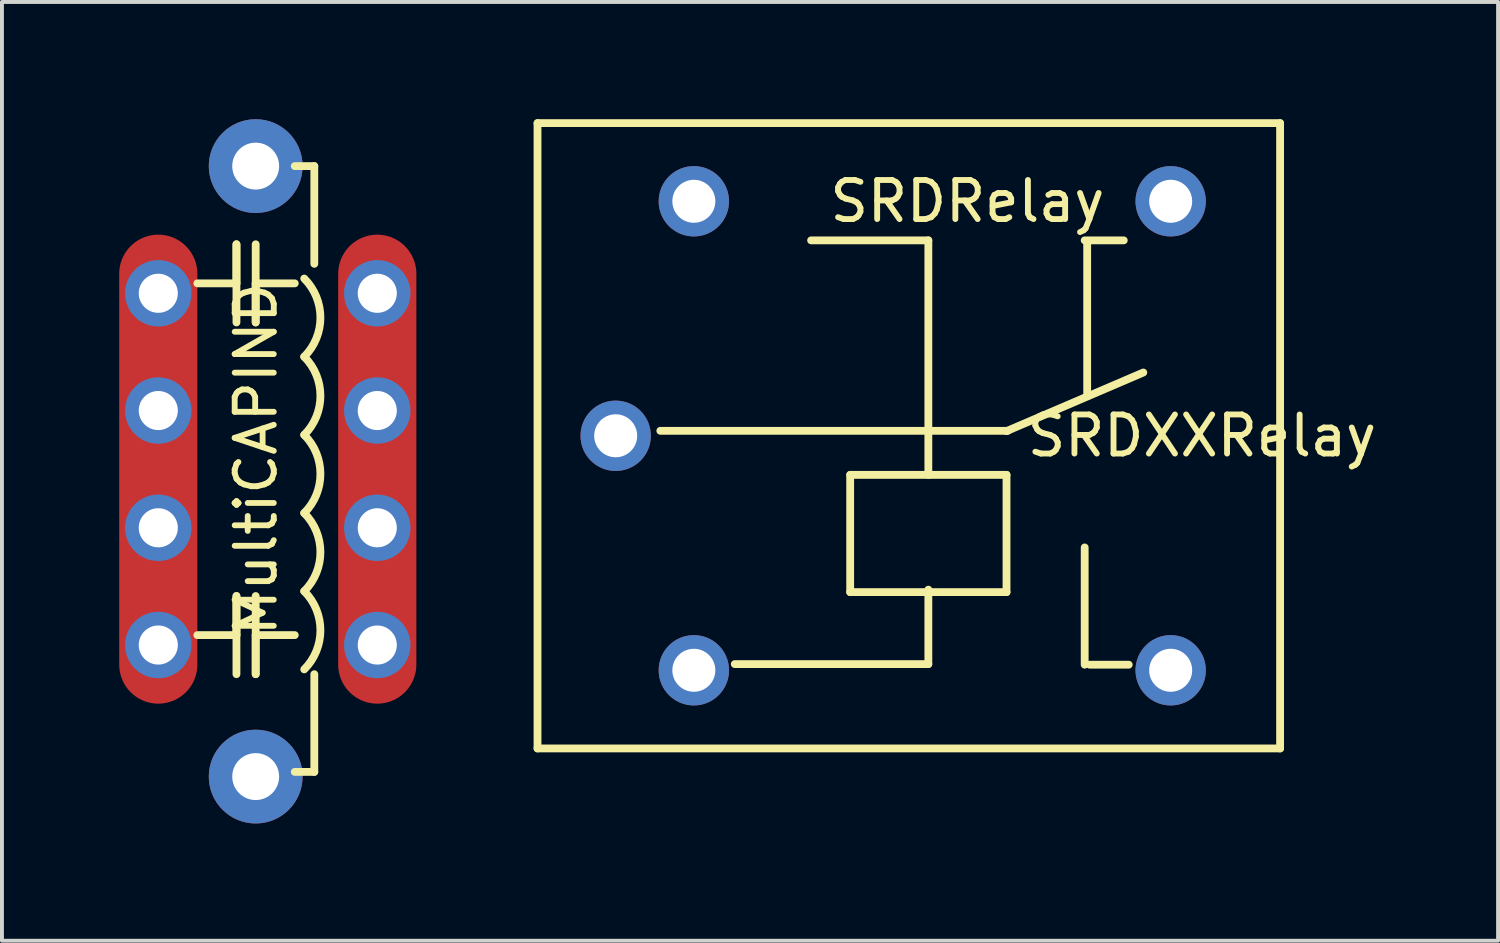
<source format=kicad_pcb>
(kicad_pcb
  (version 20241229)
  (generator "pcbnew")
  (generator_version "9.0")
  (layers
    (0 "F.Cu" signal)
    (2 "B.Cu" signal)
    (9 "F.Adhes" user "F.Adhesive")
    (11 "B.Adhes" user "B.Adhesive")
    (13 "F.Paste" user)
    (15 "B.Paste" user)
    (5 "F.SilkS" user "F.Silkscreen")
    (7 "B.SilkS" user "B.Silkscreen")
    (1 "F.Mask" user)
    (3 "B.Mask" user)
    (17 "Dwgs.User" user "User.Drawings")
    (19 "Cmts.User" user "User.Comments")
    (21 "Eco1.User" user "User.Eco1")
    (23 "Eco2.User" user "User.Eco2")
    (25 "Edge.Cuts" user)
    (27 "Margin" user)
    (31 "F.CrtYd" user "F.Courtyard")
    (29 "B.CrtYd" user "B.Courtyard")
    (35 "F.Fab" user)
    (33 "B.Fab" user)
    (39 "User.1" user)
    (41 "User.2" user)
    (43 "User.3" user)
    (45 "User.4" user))
  (footprint "MultiCAPIND"
    (layer "F.Cu")
    (at 3.492 9.2)
    (property "Reference" "MultiCAPIND" (at 0.008 -0.5 90) (layer "F.SilkS") (effects (font (size 1 1) (thickness 0.15))))
    (attr through_hole)
    (fp_line (start -0.492 -6) (end -0.492 -5) (stroke (width 0.2) (type solid)) (layer "F.SilkS"))
    (fp_line (start -0.492 -5) (end -1.492 -5) (stroke (width 0.2) (type solid)) (layer "F.SilkS"))
    (fp_line (start -0.492 -4) (end -0.492 -6) (stroke (width 0.2) (type solid)) (layer "F.SilkS"))
    (fp_line (start -0.492 3) (end -0.492 4) (stroke (width 0.2) (type solid)) (layer "F.SilkS"))
    (fp_line (start -0.492 4) (end -1.492 4) (stroke (width 0.2) (type solid)) (layer "F.SilkS"))
    (fp_line (start -0.492 5) (end -0.492 3) (stroke (width 0.2) (type solid)) (layer "F.SilkS"))
    (fp_line (start 0 -6) (end 0 -4) (stroke (width 0.2) (type solid)) (layer "F.SilkS"))
    (fp_line (start 0 -4) (end 0 -5) (stroke (width 0.2) (type solid)) (layer "F.SilkS"))
    (fp_line (start 0 3) (end 0 5) (stroke (width 0.2) (type solid)) (layer "F.SilkS"))
    (fp_line (start 0 5) (end 0 4) (stroke (width 0.2) (type solid)) (layer "F.SilkS"))
    (fp_line (start 1 -5) (end 0 -5) (stroke (width 0.2) (type solid)) (layer "F.SilkS"))
    (fp_line (start 1 4) (end 0 4) (stroke (width 0.2) (type solid)) (layer "F.SilkS"))
    (fp_line (start 1.5 -8) (end 1 -8) (stroke (width 0.2) (type solid)) (layer "F.SilkS"))
    (fp_line (start 1.5 -5.5) (end 1.5 -8) (stroke (width 0.2) (type solid)) (layer "F.SilkS"))
    (fp_line (start 1.5 5) (end 1.5 7.5) (stroke (width 0.2) (type solid)) (layer "F.SilkS"))
    (fp_line (start 1.5 7.5) (end 1 7.5) (stroke (width 0.2) (type solid)) (layer "F.SilkS"))
    (fp_arc (start 1.242 -5.123) (mid 1.656214 -4.123) (end 1.242 -3.123) (stroke (width 0.2) (type solid)) (layer "F.SilkS"))
    (fp_arc (start 1.242 -3.123) (mid 1.656214 -2.123) (end 1.242 -1.123) (stroke (width 0.2) (type solid)) (layer "F.SilkS"))
    (fp_arc (start 1.242 -1.123) (mid 1.656214 -0.123) (end 1.242 0.877) (stroke (width 0.2) (type solid)) (layer "F.SilkS"))
    (fp_arc (start 1.242 0.877) (mid 1.656214 1.877) (end 1.242 2.877) (stroke (width 0.2) (type solid)) (layer "F.SilkS"))
    (fp_arc (start 1.242 2.877) (mid 1.656214 3.877) (end 1.242 4.877) (stroke (width 0.2) (type solid)) (layer "F.SilkS"))
    (pad "1" thru_hole circle (at -2.492 -4.746) (size 1.7 1.7) (drill 1) (layers "*.Cu" "*.Mask"))
    (pad "1" thru_hole circle (at -2.492 -1.746) (size 1.7 1.7) (drill 1) (layers "*.Cu" "*.Mask"))
    (pad "1" smd oval (at -2.492 -0.246) (size 2 12) (layers "F.Cu" "F.Mask" "F.Paste"))
    (pad "1" thru_hole circle (at -2.492 1.254) (size 1.7 1.7) (drill 1) (layers "*.Cu" "*.Mask"))
    (pad "1" thru_hole circle (at -2.492 4.254) (size 1.7 1.7) (drill 1) (layers "*.Cu" "*.Mask"))
    (pad "2" thru_hole circle (at 3.111 -4.746) (size 1.7 1.7) (drill 1) (layers "*.Cu" "*.Mask"))
    (pad "2" thru_hole circle (at 3.111 -1.746) (size 1.7 1.7) (drill 1) (layers "*.Cu" "*.Mask"))
    (pad "2" smd oval (at 3.111 -0.246) (size 2 12) (layers "F.Cu" "F.Mask" "F.Paste"))
    (pad "2" thru_hole circle (at 3.111 1.254) (size 1.7 1.7) (drill 1) (layers "*.Cu" "*.Mask"))
    (pad "2" thru_hole circle (at 3.111 4.254) (size 1.7 1.7) (drill 1) (layers "*.Cu" "*.Mask"))
    (pad "3" thru_hole circle (at 0 -8) (size 2.4 2.4) (drill 1.2) (layers "*.Cu" "*.Mask"))
    (pad "4" thru_hole circle (at 0 7.62) (size 2.4 2.4) (drill 1.2) (layers "*.Cu" "*.Mask")))
  (footprint "SRDXXRelay"
    (layer "F.Cu")
    (at 20.703 8.1)
    (property "Reference" "SRDXXRelay" (at 7 0 0) (layer "F.SilkS") (effects (font (size 1 1) (thickness 0.15))))
    (attr through_hole)
    (fp_line (start -10 -8) (end -10 8) (stroke (width 0.2) (type solid)) (layer "F.SilkS"))
    (fp_line (start -2 1) (end -2 4) (stroke (width 0.2) (type solid)) (layer "F.SilkS"))
    (fp_line (start -2 4) (end 2 4) (stroke (width 0.2) (type solid)) (layer "F.SilkS"))
    (fp_line (start 0 -5) (end -3 -5) (stroke (width 0.2) (type solid)) (layer "F.SilkS"))
    (fp_line (start 0 1) (end 0 -5) (stroke (width 0.2) (type solid)) (layer "F.SilkS"))
    (fp_line (start 0 5.842) (end -4.953 5.842) (stroke (width 0.2) (type solid)) (layer "F.SilkS"))
    (fp_line (start 0 5.842) (end 0 3.937) (stroke (width 0.2) (type solid)) (layer "F.SilkS"))
    (fp_line (start 2 -0.119) (end 5.5 -1.619) (stroke (width 0.2) (type solid)) (layer "F.SilkS"))
    (fp_line (start 2 1) (end -2 1) (stroke (width 0.2) (type solid)) (layer "F.SilkS"))
    (fp_line (start 2 4) (end 2 1) (stroke (width 0.2) (type solid)) (layer "F.SilkS"))
    (fp_line (start 2.032 -0.127) (end -6.858 -0.127) (stroke (width 0.2) (type solid)) (layer "F.SilkS"))
    (fp_line (start 4 -5) (end 5 -5) (stroke (width 0.2) (type solid)) (layer "F.SilkS"))
    (fp_line (start 4 5.857) (end 4 2.857) (stroke (width 0.2) (type solid)) (layer "F.SilkS"))
    (fp_line (start 4.064 -4.953) (end 4.064 -1.016) (stroke (width 0.2) (type solid)) (layer "F.SilkS"))
    (fp_line (start 5.127 5.857) (end 4.127 5.857) (stroke (width 0.2) (type solid)) (layer "F.SilkS"))
    (fp_line (start 9 -8) (end -10 -8) (stroke (width 0.2) (type solid)) (layer "F.SilkS"))
    (fp_line (start 9 -8) (end 9 8) (stroke (width 0.2) (type solid)) (layer "F.SilkS"))
    (fp_line (start 9 8) (end -10 8) (stroke (width 0.2) (type solid)) (layer "F.SilkS"))
    (fp_text user "SRDRelay" (at 1 -6 0) (layer "F.SilkS") (effects (font (size 1 1) (thickness 0.15))))
    (pad "1" thru_hole circle (at -8 0) (size 1.8 1.8) (drill 1.1) (layers "*.Cu" "*.Mask"))
    (pad "2" thru_hole circle (at 6.2 -6) (size 1.8 1.8) (drill 1.1) (layers "*.Cu" "*.Mask"))
    (pad "3" thru_hole circle (at 6.2 6) (size 1.8 1.8) (drill 1.1) (layers "*.Cu" "*.Mask"))
    (pad "4" thru_hole circle (at -6 -6) (size 1.8 1.8) (drill 1.1) (layers "*.Cu" "*.Mask"))
    (pad "5" thru_hole circle (at -6 6) (size 1.8 1.8) (drill 1.1) (layers "*.Cu" "*.Mask")))
  (gr_rect
    (start -3 -3)
    (end 35.28 21.02)
    (stroke (width 0.1) (type default))
    (fill no)
    (layer "Edge.Cuts")))
</source>
